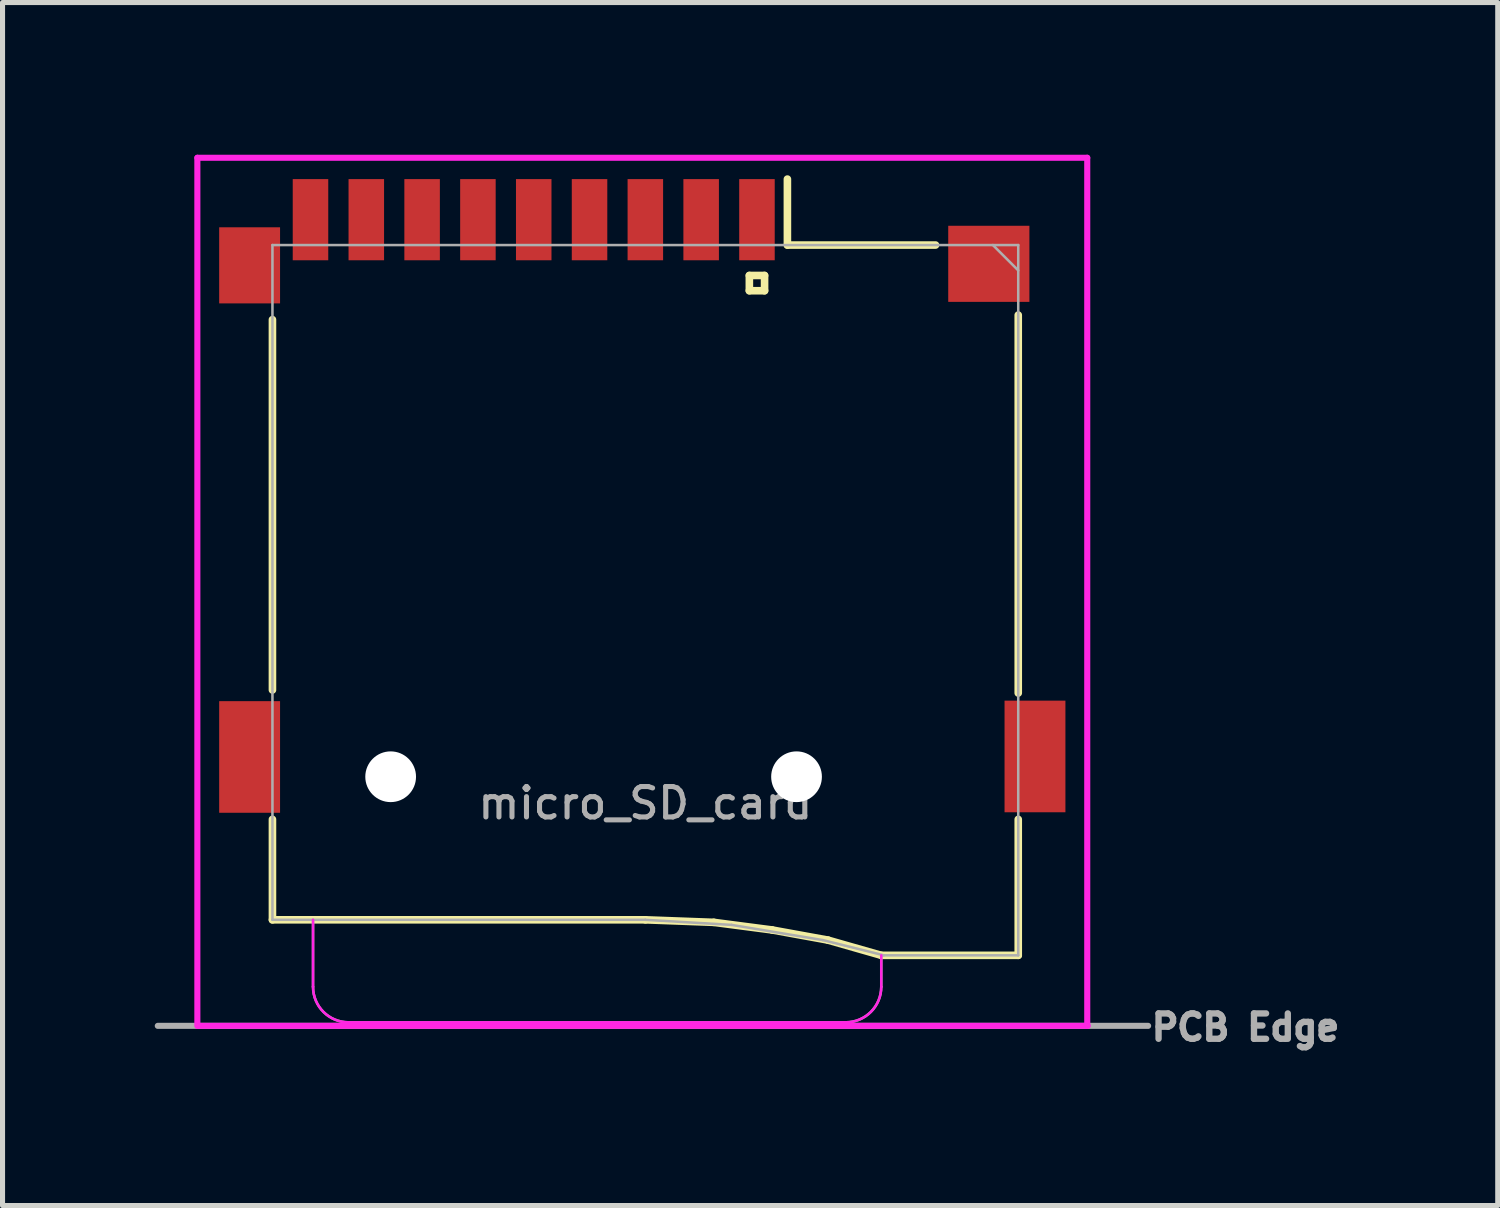
<source format=kicad_pcb>
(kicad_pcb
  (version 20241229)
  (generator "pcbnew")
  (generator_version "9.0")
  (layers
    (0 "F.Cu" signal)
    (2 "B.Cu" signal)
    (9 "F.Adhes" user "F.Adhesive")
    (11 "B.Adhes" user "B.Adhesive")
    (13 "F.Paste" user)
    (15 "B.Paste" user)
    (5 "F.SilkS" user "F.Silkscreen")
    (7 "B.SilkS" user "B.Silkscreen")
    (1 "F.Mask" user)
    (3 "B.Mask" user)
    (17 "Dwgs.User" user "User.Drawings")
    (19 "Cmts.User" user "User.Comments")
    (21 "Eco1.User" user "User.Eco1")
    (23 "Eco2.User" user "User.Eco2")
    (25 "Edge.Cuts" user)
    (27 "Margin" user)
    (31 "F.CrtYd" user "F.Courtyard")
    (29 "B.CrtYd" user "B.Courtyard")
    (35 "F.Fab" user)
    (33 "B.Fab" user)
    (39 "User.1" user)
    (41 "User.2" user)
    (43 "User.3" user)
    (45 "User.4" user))
  (footprint "micro_SD_card"
    (layer "F.Cu")
    (at 9.67 11.78)
    (property "Reference" "micro_SD_card" (at 0 1 180) (layer "F.Fab") (effects (font (size 0.6 0.6) (thickness 0.1))))
    (attr through_hole)
    (fp_line (start -7.35 -1.23) (end -7.35 -8.53) (stroke (width 0.15) (type solid)) (layer "F.SilkS"))
    (fp_line (start -7.35 1.32) (end -7.35 3.3) (stroke (width 0.15) (type solid)) (layer "F.SilkS"))
    (fp_line (start -7.35 3.3) (end 0 3.3) (stroke (width 0.15) (type solid)) (layer "F.SilkS"))
    (fp_line (start 0 3.3) (end 1.35 3.35) (stroke (width 0.15) (type solid)) (layer "F.SilkS"))
    (fp_line (start 1.35 3.35) (end 2.5 3.5) (stroke (width 0.15) (type solid)) (layer "F.SilkS"))
    (fp_line (start 2.05 -9.4) (end 2.05 -9.1) (stroke (width 0.15) (type solid)) (layer "F.SilkS"))
    (fp_line (start 2.05 -9.1) (end 2.35 -9.1) (stroke (width 0.15) (type solid)) (layer "F.SilkS"))
    (fp_line (start 2.35 -9.4) (end 2.05 -9.4) (stroke (width 0.15) (type solid)) (layer "F.SilkS"))
    (fp_line (start 2.35 -9.1) (end 2.35 -9.4) (stroke (width 0.15) (type solid)) (layer "F.SilkS"))
    (fp_line (start 2.5 3.5) (end 3.6 3.7) (stroke (width 0.15) (type solid)) (layer "F.SilkS"))
    (fp_line (start 2.8 -10) (end 2.8 -11.3) (stroke (width 0.15) (type solid)) (layer "F.SilkS"))
    (fp_line (start 2.8 -10) (end 5.72 -10) (stroke (width 0.15) (type solid)) (layer "F.SilkS"))
    (fp_line (start 3.6 3.7) (end 4.65 4) (stroke (width 0.15) (type solid)) (layer "F.SilkS"))
    (fp_line (start 4.65 4) (end 7.35 4) (stroke (width 0.15) (type solid)) (layer "F.SilkS"))
    (fp_line (start 7.35 -8.62) (end 7.35 -1.17) (stroke (width 0.15) (type solid)) (layer "F.SilkS"))
    (fp_line (start 7.35 4) (end 7.35 1.32) (stroke (width 0.15) (type solid)) (layer "F.SilkS"))
    (fp_line (start -8.83 -11.72) (end -8.83 5.39) (stroke (width 0.12) (type solid)) (layer "F.CrtYd"))
    (fp_line (start -8.83 -11.72) (end 8.71 -11.72) (stroke (width 0.12) (type solid)) (layer "F.CrtYd"))
    (fp_line (start -8.82 5.39) (end 8.72 5.39) (stroke (width 0.12) (type solid)) (layer "F.CrtYd"))
    (fp_line (start -6.55 4.62) (end -6.55 3.3) (stroke (width 0.05) (type solid)) (layer "F.CrtYd"))
    (fp_line (start -5.85 5.32) (end 3.95 5.32) (stroke (width 0.05) (type solid)) (layer "F.CrtYd"))
    (fp_line (start 4.65 4.62) (end 4.65 4) (stroke (width 0.05) (type solid)) (layer "F.CrtYd"))
    (fp_line (start 8.71 -11.72) (end 8.71 5.39) (stroke (width 0.12) (type solid)) (layer "F.CrtYd"))
    (fp_arc (start -5.85 5.32) (mid -6.344975 5.114975) (end -6.55 4.62) (stroke (width 0.05) (type solid)) (layer "F.CrtYd"))
    (fp_arc (start 4.65 4.62) (mid 4.444975 5.114975) (end 3.95 5.32) (stroke (width 0.05) (type solid)) (layer "F.CrtYd"))
    (fp_line (start -9.61 5.39) (end 9.91 5.39) (stroke (width 0.12) (type solid)) (layer "F.Fab"))
    (fp_line (start -7.35 -10) (end -7.35 3.3) (stroke (width 0.05) (type solid)) (layer "F.Fab"))
    (fp_line (start -7.35 -10) (end 7.35 -10) (stroke (width 0.05) (type solid)) (layer "F.Fab"))
    (fp_line (start -7.35 3.3) (end 0 3.3) (stroke (width 0.05) (type solid)) (layer "F.Fab"))
    (fp_line (start -6.55 4.62) (end -6.55 3.3) (stroke (width 0.05) (type solid)) (layer "F.Fab"))
    (fp_line (start -5.85 5.32) (end 3.95 5.32) (stroke (width 0.05) (type solid)) (layer "F.Fab"))
    (fp_line (start 0 3.3) (end 1.7 3.4) (stroke (width 0.05) (type solid)) (layer "F.Fab"))
    (fp_line (start 1.7 3.4) (end 3.5 3.7) (stroke (width 0.05) (type solid)) (layer "F.Fab"))
    (fp_line (start 3.5 3.7) (end 4.7 4) (stroke (width 0.05) (type solid)) (layer "F.Fab"))
    (fp_line (start 4.65 4) (end 7.35 4) (stroke (width 0.05) (type solid)) (layer "F.Fab"))
    (fp_line (start 4.65 4.62) (end 4.65 4) (stroke (width 0.05) (type solid)) (layer "F.Fab"))
    (fp_line (start 7.35 -10) (end 7.35 4) (stroke (width 0.05) (type solid)) (layer "F.Fab"))
    (fp_line (start 7.35 -9.5) (end 6.85 -10) (stroke (width 0.05) (type solid)) (layer "F.Fab"))
    (fp_arc (start -5.85 5.32) (mid -6.344975 5.114975) (end -6.55 4.62) (stroke (width 0.05) (type solid)) (layer "F.Fab"))
    (fp_arc (start 4.65 4.62) (mid 4.444975 5.114975) (end 3.95 5.32) (stroke (width 0.05) (type solid)) (layer "F.Fab"))
    (fp_text user "PCB Edge" (at 11.83 5.42 0) (layer "F.Fab") (effects (font (size 0.5 0.5) (thickness 0.125))))
    (pad "" np_thru_hole circle (at -5.02 0.48) (size 1 1) (drill 1) (layers "*.Cu" "*.Mask"))
    (pad "" np_thru_hole circle (at 2.98 0.48) (size 1 1) (drill 1) (layers "*.Cu" "*.Mask"))
    (pad "1" smd rect (at 2.2 -10.5) (size 0.7 1.6) (layers "F.Cu" "F.Mask" "F.Paste"))
    (pad "2" smd rect (at 1.1 -10.5) (size 0.7 1.6) (layers "F.Cu" "F.Mask" "F.Paste"))
    (pad "3" smd rect (at 0 -10.5) (size 0.7 1.6) (layers "F.Cu" "F.Mask" "F.Paste"))
    (pad "4" smd rect (at -1.1 -10.5) (size 0.7 1.6) (layers "F.Cu" "F.Mask" "F.Paste"))
    (pad "5" smd rect (at -2.2 -10.5) (size 0.7 1.6) (layers "F.Cu" "F.Mask" "F.Paste"))
    (pad "6" smd rect (at -3.3 -10.5) (size 0.7 1.6) (layers "F.Cu" "F.Mask" "F.Paste"))
    (pad "7" smd rect (at -4.4 -10.5) (size 0.7 1.6) (layers "F.Cu" "F.Mask" "F.Paste"))
    (pad "8" smd rect (at -5.5 -10.5) (size 0.7 1.6) (layers "F.Cu" "F.Mask" "F.Paste"))
    (pad "9" smd rect (at -6.6 -10.5) (size 0.7 1.6) (layers "F.Cu" "F.Mask" "F.Paste"))
    (pad "10" smd rect (at -7.8 -9.6) (size 1.2 1.5) (layers "F.Cu" "F.Mask" "F.Paste"))
    (pad "10" smd rect (at -7.8 0.09) (size 1.2 2.2) (layers "F.Cu" "F.Mask" "F.Paste"))
    (pad "10" smd rect (at 6.77 -9.63) (size 1.6 1.5) (layers "F.Cu" "F.Mask" "F.Paste"))
    (pad "10" smd rect (at 7.68 0.08) (size 1.2 2.2) (layers "F.Cu" "F.Mask" "F.Paste")))
  (gr_rect
    (start -3 -3)
    (end 26.471 20.712)
    (stroke (width 0.1) (type default))
    (fill no)
    (layer "Edge.Cuts")))
</source>
